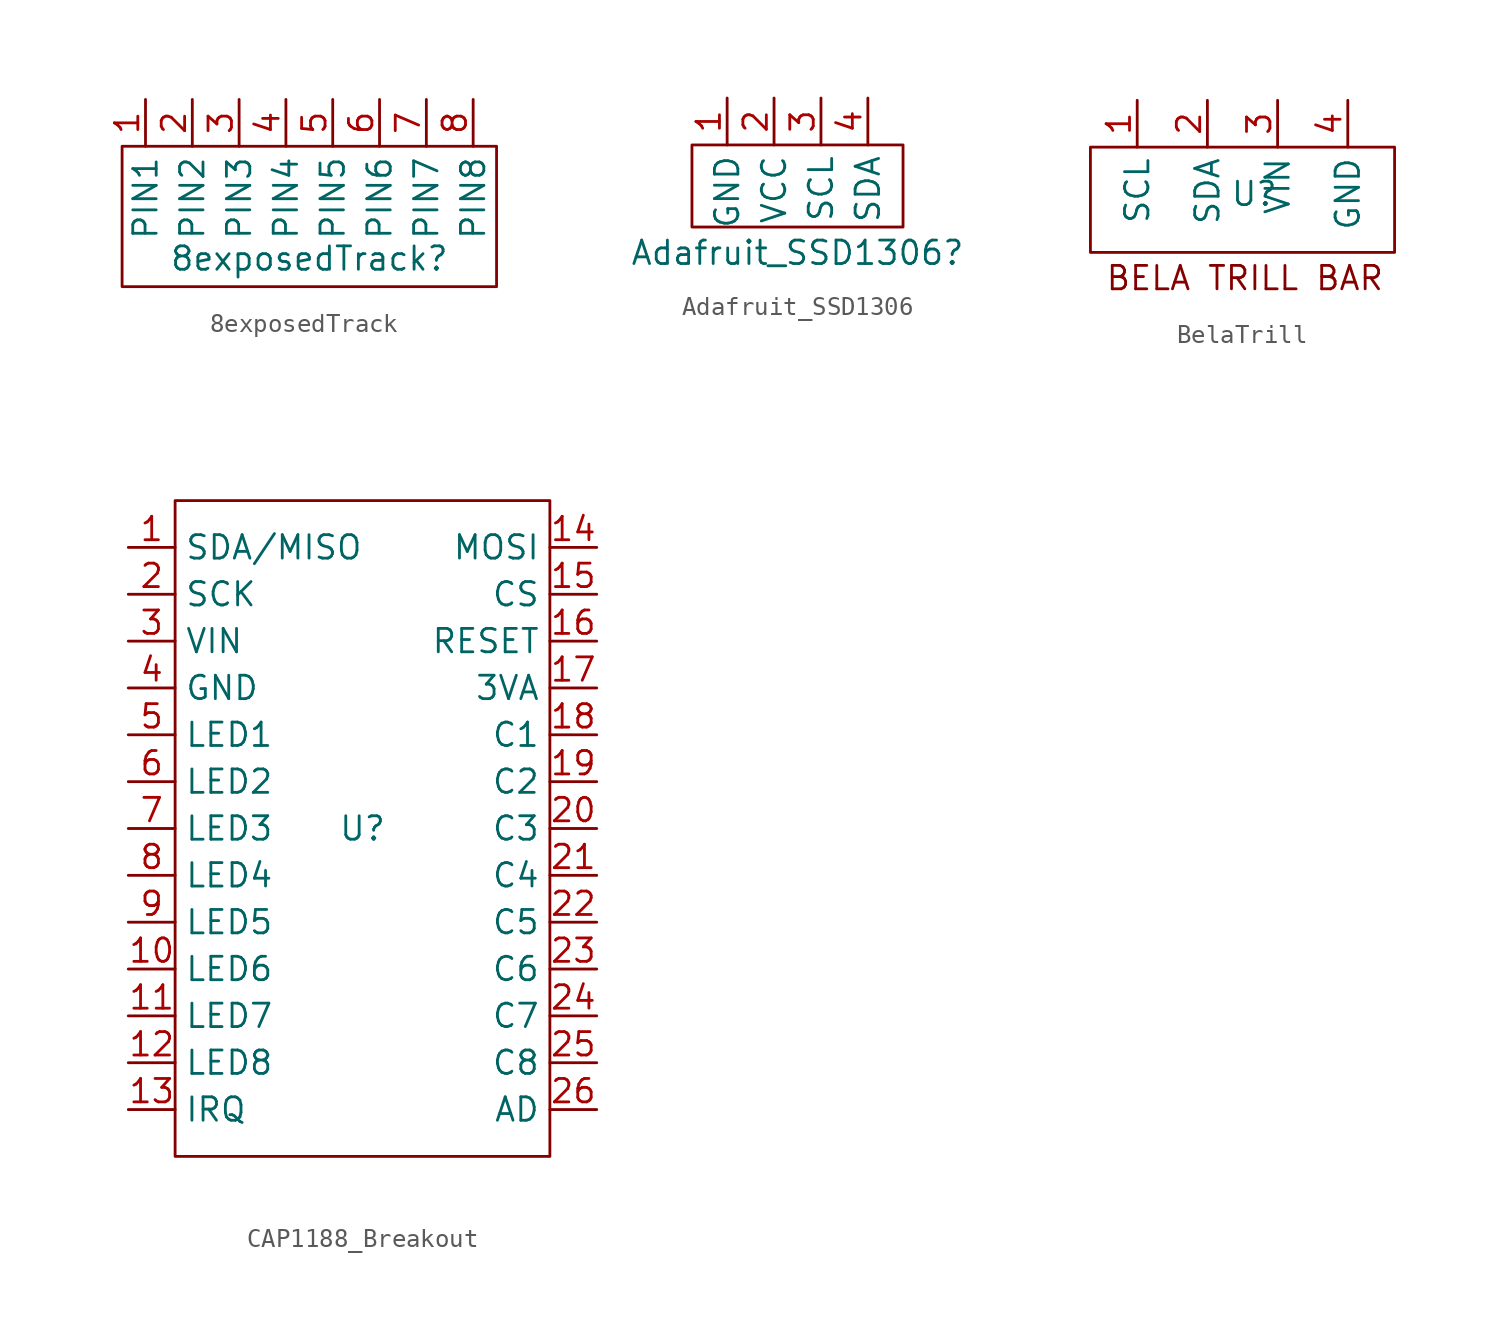
<source format=kicad_sym>
(kicad_symbol_lib
  (version 20231120)
  (generator "kicad_symbol_editor")
  (generator_version "8.0")
  (symbol "8exposedTrack"
    (property "Reference" "8exposedTrack"
      (at 0 -2.286 0)
      (effects (font (size 1.27 1.27))))
    (property "Value" ""
      (at -2.54 0 0)
      (effects (font (size 1.27 1.27))))
    (symbol "8exposedTrack_0_1"
      (rectangle (start -10.16 3.81) (end 10.16 -3.81) (stroke (width 0) (type default)) (fill (type none))))
    (symbol "8exposedTrack_1_1"
      (pin bidirectional line (at -8.89 6.35 270) (length 2.54) (name "PIN1" (effects (font (size 1.27 1.27)))) (number "1" (effects (font (size 1.27 1.27)))))
      (pin bidirectional line (at -6.35 6.35 270) (length 2.54) (name "PIN2" (effects (font (size 1.27 1.27)))) (number "2" (effects (font (size 1.27 1.27)))))
      (pin bidirectional line (at -3.81 6.35 270) (length 2.54) (name "PIN3" (effects (font (size 1.27 1.27)))) (number "3" (effects (font (size 1.27 1.27)))))
      (pin bidirectional line (at -1.27 6.35 270) (length 2.54) (name "PIN4" (effects (font (size 1.27 1.27)))) (number "4" (effects (font (size 1.27 1.27)))))
      (pin bidirectional line (at 1.27 6.35 270) (length 2.54) (name "PIN5" (effects (font (size 1.27 1.27)))) (number "5" (effects (font (size 1.27 1.27)))))
      (pin bidirectional line (at 3.81 6.35 270) (length 2.54) (name "PIN6" (effects (font (size 1.27 1.27)))) (number "6" (effects (font (size 1.27 1.27)))))
      (pin bidirectional line (at 6.35 6.35 270) (length 2.54) (name "PIN7" (effects (font (size 1.27 1.27)))) (number "7" (effects (font (size 1.27 1.27)))))
      (pin bidirectional line (at 8.89 6.35 270) (length 2.54) (name "PIN8" (effects (font (size 1.27 1.27)))) (number "8" (effects (font (size 1.27 1.27)))))))
  (symbol "Adafruit_SSD1306"
    (property "Reference" "Adafruit_SSD1306"
      (at 0 -3.302 0)
      (effects (font (size 1.27 1.27))))
    (property "Value" ""
      (at 0 0 0)
      (effects (font (size 1.27 1.27))))
    (symbol "Adafruit_SSD1306_0_1"
      (rectangle (start -5.715 2.54) (end 5.715 -1.905) (stroke (width 0) (type default)) (fill (type none))))
    (symbol "Adafruit_SSD1306_1_1"
      (pin power_out line (at -3.81 5.08 270) (length 2.54) (name "GND" (effects (font (size 1.27 1.27)))) (number "1" (effects (font (size 1.27 1.27)))))
      (pin power_in line (at -1.27 5.08 270) (length 2.54) (name "VCC" (effects (font (size 1.27 1.27)))) (number "2" (effects (font (size 1.27 1.27)))))
      (pin tri_state line (at 1.27 5.08 270) (length 2.54) (name "SCL" (effects (font (size 1.27 1.27)))) (number "3" (effects (font (size 1.27 1.27)))))
      (pin bidirectional line (at 3.81 5.08 270) (length 2.54) (name "SDA" (effects (font (size 1.27 1.27)))) (number "4" (effects (font (size 1.27 1.27)))))))
  (symbol "BelaTrill"
    (property "Reference" "U"
      (at 1.27 0 0)
      (effects (font (size 1.27 1.27))))
    (property "Value" ""
      (at 1.27 0 0)
      (effects (font (size 1.27 1.27))))
    (symbol "BelaTrill_0_1"
      (rectangle (start -7.62 2.54) (end 8.89 -3.175) (stroke (width 0) (type default)) (fill (type none))))
    (symbol "BelaTrill_1_1"
      (text "BELA TRILL BAR\n" (at 0.762 -4.572 0) (effects (font (size 1.27 1.27))))
      (pin bidirectional line (at -5.08 5.08 270) (length 2.54) (name "SCL" (effects (font (size 1.27 1.27)))) (number "1" (effects (font (size 1.27 1.27)))))
      (pin bidirectional line (at -1.27 5.08 270) (length 2.54) (name "SDA" (effects (font (size 1.27 1.27)))) (number "2" (effects (font (size 1.27 1.27)))))
      (pin power_in line (at 2.54 5.08 270) (length 2.54) (name "VIN" (effects (font (size 1.27 1.27)))) (number "3" (effects (font (size 1.27 1.27)))))
      (pin output line (at 6.35 5.08 270) (length 2.54) (name "GND" (effects (font (size 1.27 1.27)))) (number "4" (effects (font (size 1.27 1.27)))))))
  (symbol "CAP1188_Breakout"
    (property "Reference" "U"
      (at 0 0 0)
      (effects (font (size 1.27 1.27))))
    (property "Value" ""
      (at 0 0 0)
      (effects (font (size 1.27 1.27))))
    (symbol "CAP1188_Breakout_0_1"
      (rectangle (start -10.16 17.78) (end 10.16 -17.78) (stroke (width 0) (type default)) (fill (type none))))
    (symbol "CAP1188_Breakout_1_1"
      (pin bidirectional line (at -12.7 15.24 0) (length 2.54) (name "SDA/MISO" (effects (font (size 1.27 1.27)))) (number "1" (effects (font (size 1.27 1.27)))))
      (pin input line (at -12.7 -7.62 0) (length 2.54) (name "LED6" (effects (font (size 1.27 1.27)))) (number "10" (effects (font (size 1.27 1.27)))))
      (pin input line (at -12.7 -10.16 0) (length 2.54) (name "LED7" (effects (font (size 1.27 1.27)))) (number "11" (effects (font (size 1.27 1.27)))))
      (pin input line (at -12.7 -12.7 0) (length 2.54) (name "LED8" (effects (font (size 1.27 1.27)))) (number "12" (effects (font (size 1.27 1.27)))))
      (pin input line (at -12.7 -15.24 0) (length 2.54) (name "IRQ" (effects (font (size 1.27 1.27)))) (number "13" (effects (font (size 1.27 1.27)))))
      (pin bidirectional line (at 12.7 15.24 180) (length 2.54) (name "MOSI" (effects (font (size 1.27 1.27)))) (number "14" (effects (font (size 1.27 1.27)))))
      (pin input line (at 12.7 12.7 180) (length 2.54) (name "CS" (effects (font (size 1.27 1.27)))) (number "15" (effects (font (size 1.27 1.27)))))
      (pin input line (at 12.7 10.16 180) (length 2.54) (name "RESET" (effects (font (size 1.27 1.27)))) (number "16" (effects (font (size 1.27 1.27)))))
      (pin power_out line (at 12.7 7.62 180) (length 2.54) (name "3VA" (effects (font (size 1.27 1.27)))) (number "17" (effects (font (size 1.27 1.27)))))
      (pin input line (at 12.7 5.08 180) (length 2.54) (name "C1" (effects (font (size 1.27 1.27)))) (number "18" (effects (font (size 1.27 1.27)))))
      (pin input line (at 12.7 2.54 180) (length 2.54) (name "C2" (effects (font (size 1.27 1.27)))) (number "19" (effects (font (size 1.27 1.27)))))
      (pin input line (at -12.7 12.7 0) (length 2.54) (name "SCK" (effects (font (size 1.27 1.27)))) (number "2" (effects (font (size 1.27 1.27)))))
      (pin input line (at 12.7 0 180) (length 2.54) (name "C3" (effects (font (size 1.27 1.27)))) (number "20" (effects (font (size 1.27 1.27)))))
      (pin input line (at 12.7 -2.54 180) (length 2.54) (name "C4" (effects (font (size 1.27 1.27)))) (number "21" (effects (font (size 1.27 1.27)))))
      (pin input line (at 12.7 -5.08 180) (length 2.54) (name "C5" (effects (font (size 1.27 1.27)))) (number "22" (effects (font (size 1.27 1.27)))))
      (pin input line (at 12.7 -7.62 180) (length 2.54) (name "C6" (effects (font (size 1.27 1.27)))) (number "23" (effects (font (size 1.27 1.27)))))
      (pin input line (at 12.7 -10.16 180) (length 2.54) (name "C7" (effects (font (size 1.27 1.27)))) (number "24" (effects (font (size 1.27 1.27)))))
      (pin input line (at 12.7 -12.7 180) (length 2.54) (name "C8" (effects (font (size 1.27 1.27)))) (number "25" (effects (font (size 1.27 1.27)))))
      (pin input line (at 12.7 -15.24 180) (length 2.54) (name "AD" (effects (font (size 1.27 1.27)))) (number "26" (effects (font (size 1.27 1.27)))))
      (pin power_in line (at -12.7 10.16 0) (length 2.54) (name "VIN" (effects (font (size 1.27 1.27)))) (number "3" (effects (font (size 1.27 1.27)))))
      (pin power_in line (at -12.7 7.62 0) (length 2.54) (name "GND" (effects (font (size 1.27 1.27)))) (number "4" (effects (font (size 1.27 1.27)))))
      (pin input line (at -12.7 5.08 0) (length 2.54) (name "LED1" (effects (font (size 1.27 1.27)))) (number "5" (effects (font (size 1.27 1.27)))))
      (pin input line (at -12.7 2.54 0) (length 2.54) (name "LED2" (effects (font (size 1.27 1.27)))) (number "6" (effects (font (size 1.27 1.27)))))
      (pin input line (at -12.7 0 0) (length 2.54) (name "LED3" (effects (font (size 1.27 1.27)))) (number "7" (effects (font (size 1.27 1.27)))))
      (pin input line (at -12.7 -2.54 0) (length 2.54) (name "LED4" (effects (font (size 1.27 1.27)))) (number "8" (effects (font (size 1.27 1.27)))))
      (pin input line (at -12.7 -5.08 0) (length 2.54) (name "LED5" (effects (font (size 1.27 1.27)))) (number "9" (effects (font (size 1.27 1.27))))))))
</source>
